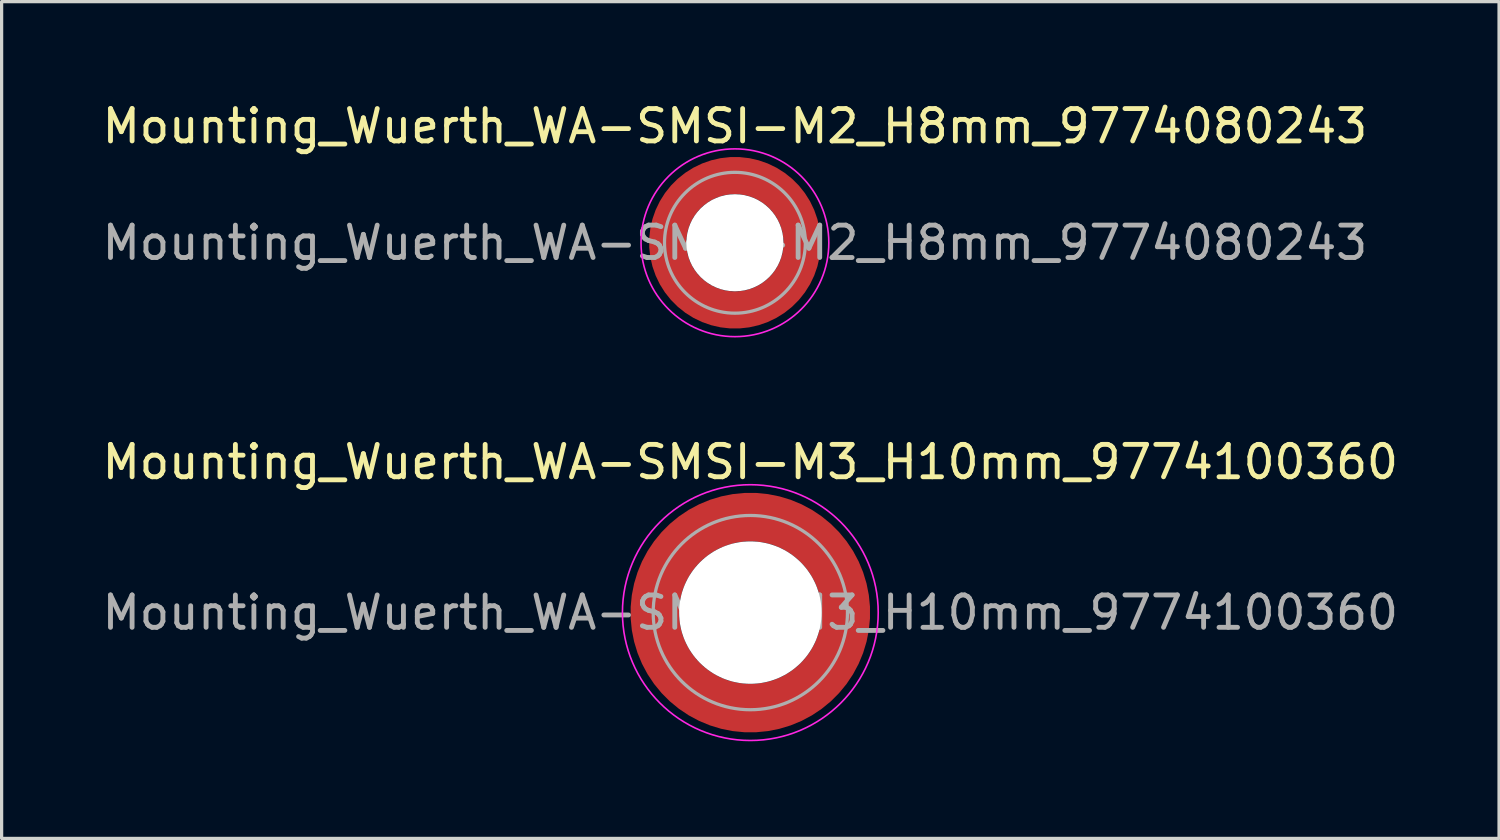
<source format=kicad_pcb>
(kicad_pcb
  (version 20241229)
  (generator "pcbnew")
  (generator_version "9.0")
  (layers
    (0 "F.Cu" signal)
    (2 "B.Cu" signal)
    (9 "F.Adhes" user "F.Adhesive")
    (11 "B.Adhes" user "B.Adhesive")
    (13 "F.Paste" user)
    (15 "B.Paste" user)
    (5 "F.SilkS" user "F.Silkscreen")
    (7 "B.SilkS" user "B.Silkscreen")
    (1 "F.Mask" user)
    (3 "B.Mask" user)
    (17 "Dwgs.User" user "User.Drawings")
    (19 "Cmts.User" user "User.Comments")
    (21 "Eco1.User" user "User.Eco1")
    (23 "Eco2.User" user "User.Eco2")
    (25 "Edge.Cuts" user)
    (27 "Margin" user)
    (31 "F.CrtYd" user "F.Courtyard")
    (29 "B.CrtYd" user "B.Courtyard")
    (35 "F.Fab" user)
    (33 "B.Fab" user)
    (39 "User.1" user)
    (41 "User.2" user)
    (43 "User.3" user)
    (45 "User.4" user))
  (footprint "Mounting_Wuerth_WA-SMSI-M3_H10mm_9774100360"
    (layer "F.Cu")
    (at 20.125 15.871)
    (property "Reference" "Mounting_Wuerth_WA-SMSI-M3_H10mm_9774100360" (at 0 -4.65 0) (layer "F.SilkS") (effects (font (size 1 1) (thickness 0.15))))
    (property "Mouser Part no." "" (at 0 0 0) (layer "F.Fab") (effects (font (size 1.27 1.27) (thickness 0.15))))
    (property "Mouser link" "" (at 0 0 0) (layer "F.Fab") (effects (font (size 1.27 1.27) (thickness 0.15))))
    (attr smd)
    (fp_circle (center 0 0) (end 3.95 0) (stroke (width 0.05) (type solid)) (fill no) (layer "F.CrtYd"))
    (fp_circle (center 0 0) (end 3 0) (stroke (width 0.1) (type solid)) (fill no) (layer "F.Fab"))
    (fp_text user "${REFERENCE}" (at 0 0 0) (layer "F.Fab") (effects (font (size 1 1) (thickness 0.15))))
    (pad "" smd custom (at -2.058 -2.058) (size 0.7 0.7) (layers "F.Paste") (options (anchor circle)) (primitives (gr_arc (start -0.377294 1.707681) (mid 0.317579 0.318817) (end 1.705947 -0.377044) (width 0.2)) (gr_arc (start -0.478281 1.707681) (mid 0.246161 0.248814) (end 1.703965 -0.477765) (width 0.2)) (gr_arc (start -0.579192 1.707681) (mid 0.175492 0.178063) (end 1.704077 -0.578711) (width 0.2)) (gr_arc (start -0.680037 1.707681) (mid 0.105568 0.106564) (end 1.706284 -0.679858) (width 0.2)) (gr_arc (start -0.780822 1.707681) (mid 0.034627 0.036085) (end 1.705634 -0.780569) (width 0.2)) (gr_arc (start -0.881554 1.707681) (mid -0.035694 -0.035016) (end 1.706729 -0.881441) (width 0.2)) (gr_arc (start -0.982237 1.707681) (mid -0.107281 -0.10485) (end 1.704266 -0.981842) (width 0.2)) (gr_arc (start -1.082877 1.707681) (mid -0.178372 -0.175181) (end 1.703197 -1.082374) (width 0.2)) (gr_arc (start -1.183476 1.707681) (mid -0.248964 -0.246008) (end 1.703525 -1.183025) (width 0.2)) (gr_arc (start -1.28404 1.707681) (mid -0.319062 -0.317333) (end 1.70525 -1.283784) (width 0.2)) (gr_line (start 1.708 -0.377) (end 1.708 -1.284) (width 0.2)) (gr_line (start -0.377 1.708) (end -1.284 1.708) (width 0.2))))
    (pad "" smd custom (at -2.058 2.058) (size 0.7 0.7) (layers "F.Paste") (options (anchor circle)) (primitives (gr_arc (start 1.707681 0.377294) (mid 0.318817 -0.317579) (end -0.377044 -1.705947) (width 0.2)) (gr_arc (start 1.707681 0.478281) (mid 0.248814 -0.246161) (end -0.477765 -1.703965) (width 0.2)) (gr_arc (start 1.707681 0.579192) (mid 0.178063 -0.175492) (end -0.578711 -1.704077) (width 0.2)) (gr_arc (start 1.707681 0.680037) (mid 0.106564 -0.105568) (end -0.679858 -1.706284) (width 0.2)) (gr_arc (start 1.707681 0.780822) (mid 0.036085 -0.034627) (end -0.780569 -1.705634) (width 0.2)) (gr_arc (start 1.707681 0.881554) (mid -0.035016 0.035694) (end -0.881441 -1.706729) (width 0.2)) (gr_arc (start 1.707681 0.982237) (mid -0.10485 0.107281) (end -0.981842 -1.704266) (width 0.2)) (gr_arc (start 1.707681 1.082877) (mid -0.175181 0.178372) (end -1.082374 -1.703197) (width 0.2)) (gr_arc (start 1.707681 1.183476) (mid -0.246008 0.248964) (end -1.183025 -1.703525) (width 0.2)) (gr_arc (start 1.707681 1.28404) (mid -0.317333 0.319062) (end -1.283784 -1.70525) (width 0.2)) (gr_line (start -0.377 -1.708) (end -1.284 -1.708) (width 0.2)) (gr_line (start 1.708 0.377) (end 1.708 1.284) (width 0.2))))
    (pad "" np_thru_hole circle (at 0 0) (size 4.4 4.4) (drill 4.4) (layers "*.Cu" "*.Mask"))
    (pad "" smd custom (at 2.058 -2.058) (size 0.7 0.7) (layers "F.Paste") (options (anchor circle)) (primitives (gr_arc (start -1.707681 -0.377294) (mid -0.318817 0.317579) (end 0.377044 1.705947) (width 0.2)) (gr_arc (start -1.707681 -0.478281) (mid -0.248814 0.246161) (end 0.477765 1.703965) (width 0.2)) (gr_arc (start -1.707681 -0.579192) (mid -0.178063 0.175492) (end 0.578711 1.704077) (width 0.2)) (gr_arc (start -1.707681 -0.680037) (mid -0.106564 0.105568) (end 0.679858 1.706284) (width 0.2)) (gr_arc (start -1.707681 -0.780822) (mid -0.036085 0.034627) (end 0.780569 1.705634) (width 0.2)) (gr_arc (start -1.707681 -0.881554) (mid 0.035016 -0.035694) (end 0.881441 1.706729) (width 0.2)) (gr_arc (start -1.707681 -0.982237) (mid 0.10485 -0.107281) (end 0.981842 1.704266) (width 0.2)) (gr_arc (start -1.707681 -1.082877) (mid 0.175181 -0.178372) (end 1.082374 1.703197) (width 0.2)) (gr_arc (start -1.707681 -1.183476) (mid 0.246008 -0.248964) (end 1.183025 1.703525) (width 0.2)) (gr_arc (start -1.707681 -1.28404) (mid 0.317333 -0.319062) (end 1.283784 1.70525) (width 0.2)) (gr_line (start 0.377 1.708) (end 1.284 1.708) (width 0.2)) (gr_line (start -1.708 -0.377) (end -1.708 -1.284) (width 0.2))))
    (pad "" smd custom (at 2.058 2.058) (size 0.7 0.7) (layers "F.Paste") (options (anchor circle)) (primitives (gr_arc (start 0.377294 -1.707681) (mid -0.317579 -0.318817) (end -1.705947 0.377044) (width 0.2)) (gr_arc (start 0.478281 -1.707681) (mid -0.246161 -0.248814) (end -1.703965 0.477765) (width 0.2)) (gr_arc (start 0.579192 -1.707681) (mid -0.175492 -0.178063) (end -1.704077 0.578711) (width 0.2)) (gr_arc (start 0.680037 -1.707681) (mid -0.105568 -0.106564) (end -1.706284 0.679858) (width 0.2)) (gr_arc (start 0.780822 -1.707681) (mid -0.034627 -0.036085) (end -1.705634 0.780569) (width 0.2)) (gr_arc (start 0.881554 -1.707681) (mid 0.035694 0.035016) (end -1.706729 0.881441) (width 0.2)) (gr_arc (start 0.982237 -1.707681) (mid 0.107281 0.10485) (end -1.704266 0.981842) (width 0.2)) (gr_arc (start 1.082877 -1.707681) (mid 0.178372 0.175181) (end -1.703197 1.082374) (width 0.2)) (gr_arc (start 1.183476 -1.707681) (mid 0.248964 0.246008) (end -1.703525 1.183025) (width 0.2)) (gr_arc (start 1.28404 -1.707681) (mid 0.319062 0.317333) (end -1.70525 1.283784) (width 0.2)) (gr_line (start -1.708 0.377) (end -1.708 1.284) (width 0.2)) (gr_line (start 0.377 -1.708) (end 1.284 -1.708) (width 0.2))))
    (pad "1" smd circle (at -2.95 0) (size 1.1 1.1) (layers "F.Cu"))
    (pad "1" smd circle (at 0 -2.95) (size 1.1 1.1) (layers "F.Cu"))
    (pad "1" smd circle (at 0 2.95) (size 1.1 1.1) (layers "F.Cu"))
    (pad "1" smd custom (at 2.95 0) (size 1.1 1.1) (layers "F.Cu" "F.Mask") (options (anchor circle)) (primitives (gr_circle (center -2.95 0) (end 0 0) (width 1.5) (fill no)))))
  (footprint "Mounting_Wuerth_WA-SMSI-M2_H8mm_9774080243"
    (layer "F.Cu")
    (at 19.649 4.448)
    (property "Reference" "Mounting_Wuerth_WA-SMSI-M2_H8mm_9774080243" (at 0 -3.6 0) (layer "F.SilkS") (effects (font (size 1 1) (thickness 0.15))))
    (property "Mouser Part no." "" (at 0 0 0) (layer "F.Fab") (effects (font (size 1.27 1.27) (thickness 0.15))))
    (property "Mouser link" "" (at 0 0 0) (layer "F.Fab") (effects (font (size 1.27 1.27) (thickness 0.15))))
    (attr smd)
    (fp_circle (center 0 0) (end 2.9 0) (stroke (width 0.05) (type solid)) (fill no) (layer "F.CrtYd"))
    (fp_circle (center 0 0) (end 2.175 0) (stroke (width 0.1) (type solid)) (fill no) (layer "F.Fab"))
    (fp_text user "${REFERENCE}" (at 0 0 0) (layer "F.Fab") (effects (font (size 1 1) (thickness 0.15))))
    (pad "" smd custom (at -1.453 -1.453) (size 0.61 0.61) (layers "F.Paste") (options (anchor circle)) (primitives (gr_arc (start -0.147677 1.053104) (mid 0.285964 0.286792) (end 1.051968 -0.147393) (width 0.2)) (gr_arc (start -0.240295 1.053104) (mid 0.22253 0.222946) (end 1.052531 -0.24016) (width 0.2)) (gr_arc (start -0.332645 1.053104) (mid 0.158548 0.15965) (end 1.051583 -0.332304) (width 0.2)) (gr_arc (start -0.424767 1.053104) (mid 0.09486 0.096059) (end 1.051446 -0.424413) (width 0.2)) (gr_arc (start -0.516693 1.053104) (mid 0.031293 0.032346) (end 1.051645 -0.516396) (width 0.2)) (gr_arc (start -0.608448 1.053104) (mid -0.032323 -0.031316) (end 1.051707 -0.608176) (width 0.2)) (gr_arc (start -0.700056 1.053104) (mid -0.09616 -0.094758) (end 1.051155 -0.699693) (width 0.2)) (gr_arc (start -0.791534 1.053104) (mid -0.160388 -0.15781) (end 1.049515 -0.790891) (width 0.2)) (gr_arc (start -0.882896 1.053104) (mid -0.223713 -0.221764) (end 1.050388 -0.882429) (width 0.2)) (gr_arc (start -0.974157 1.053104) (mid -0.287654 -0.285101) (end 1.049541 -0.973567) (width 0.2)) (gr_line (start 1.053 -0.148) (end 1.053 -0.974) (width 0.2)) (gr_line (start -0.148 1.053) (end -0.974 1.053) (width 0.2))))
    (pad "" smd custom (at -1.453 1.453) (size 0.61 0.61) (layers "F.Paste") (options (anchor circle)) (primitives (gr_arc (start 1.053104 0.147677) (mid 0.286792 -0.285964) (end -0.147393 -1.051968) (width 0.2)) (gr_arc (start 1.053104 0.240295) (mid 0.222946 -0.22253) (end -0.24016 -1.052531) (width 0.2)) (gr_arc (start 1.053104 0.332645) (mid 0.15965 -0.158548) (end -0.332304 -1.051583) (width 0.2)) (gr_arc (start 1.053104 0.424767) (mid 0.096059 -0.09486) (end -0.424413 -1.051446) (width 0.2)) (gr_arc (start 1.053104 0.516693) (mid 0.032346 -0.031293) (end -0.516396 -1.051645) (width 0.2)) (gr_arc (start 1.053104 0.608448) (mid -0.031316 0.032323) (end -0.608176 -1.051707) (width 0.2)) (gr_arc (start 1.053104 0.700056) (mid -0.094758 0.09616) (end -0.699693 -1.051155) (width 0.2)) (gr_arc (start 1.053104 0.791534) (mid -0.15781 0.160388) (end -0.790891 -1.049515) (width 0.2)) (gr_arc (start 1.053104 0.882896) (mid -0.221764 0.223713) (end -0.882429 -1.050388) (width 0.2)) (gr_arc (start 1.053104 0.974157) (mid -0.285101 0.287654) (end -0.973567 -1.049541) (width 0.2)) (gr_line (start -0.148 -1.053) (end -0.974 -1.053) (width 0.2)) (gr_line (start 1.053 0.148) (end 1.053 0.974) (width 0.2))))
    (pad "" np_thru_hole circle (at 0 0) (size 3 3) (drill 3) (layers "*.Cu" "*.Mask"))
    (pad "" smd custom (at 1.453 -1.453) (size 0.61 0.61) (layers "F.Paste") (options (anchor circle)) (primitives (gr_arc (start -1.053104 -0.147677) (mid -0.286792 0.285964) (end 0.147393 1.051968) (width 0.2)) (gr_arc (start -1.053104 -0.240295) (mid -0.222946 0.22253) (end 0.24016 1.052531) (width 0.2)) (gr_arc (start -1.053104 -0.332645) (mid -0.15965 0.158548) (end 0.332304 1.051583) (width 0.2)) (gr_arc (start -1.053104 -0.424767) (mid -0.096059 0.09486) (end 0.424413 1.051446) (width 0.2)) (gr_arc (start -1.053104 -0.516693) (mid -0.032346 0.031293) (end 0.516396 1.051645) (width 0.2)) (gr_arc (start -1.053104 -0.608448) (mid 0.031316 -0.032323) (end 0.608176 1.051707) (width 0.2)) (gr_arc (start -1.053104 -0.700056) (mid 0.094758 -0.09616) (end 0.699693 1.051155) (width 0.2)) (gr_arc (start -1.053104 -0.791534) (mid 0.15781 -0.160388) (end 0.790891 1.049515) (width 0.2)) (gr_arc (start -1.053104 -0.882896) (mid 0.221764 -0.223713) (end 0.882429 1.050388) (width 0.2)) (gr_arc (start -1.053104 -0.974157) (mid 0.285101 -0.287654) (end 0.973567 1.049541) (width 0.2)) (gr_line (start 0.148 1.053) (end 0.974 1.053) (width 0.2)) (gr_line (start -1.053 -0.148) (end -1.053 -0.974) (width 0.2))))
    (pad "" smd custom (at 1.453 1.453) (size 0.61 0.61) (layers "F.Paste") (options (anchor circle)) (primitives (gr_arc (start 0.147677 -1.053104) (mid -0.285964 -0.286792) (end -1.051968 0.147393) (width 0.2)) (gr_arc (start 0.240295 -1.053104) (mid -0.22253 -0.222946) (end -1.052531 0.24016) (width 0.2)) (gr_arc (start 0.332645 -1.053104) (mid -0.158548 -0.15965) (end -1.051583 0.332304) (width 0.2)) (gr_arc (start 0.424767 -1.053104) (mid -0.09486 -0.096059) (end -1.051446 0.424413) (width 0.2)) (gr_arc (start 0.516693 -1.053104) (mid -0.031293 -0.032346) (end -1.051645 0.516396) (width 0.2)) (gr_arc (start 0.608448 -1.053104) (mid 0.032323 0.031316) (end -1.051707 0.608176) (width 0.2)) (gr_arc (start 0.700056 -1.053104) (mid 0.09616 0.094758) (end -1.051155 0.699693) (width 0.2)) (gr_arc (start 0.791534 -1.053104) (mid 0.160388 0.15781) (end -1.049515 0.790891) (width 0.2)) (gr_arc (start 0.882896 -1.053104) (mid 0.223713 0.221764) (end -1.050388 0.882429) (width 0.2)) (gr_arc (start 0.974157 -1.053104) (mid 0.287654 0.285101) (end -1.049541 0.973567) (width 0.2)) (gr_line (start -1.053 0.148) (end -1.053 0.974) (width 0.2)) (gr_line (start 0.148 -1.053) (end 0.974 -1.053) (width 0.2))))
    (pad "1" smd circle (at -2.075 0) (size 0.75 0.75) (layers "F.Cu"))
    (pad "1" smd circle (at 0 -2.075) (size 0.75 0.75) (layers "F.Cu"))
    (pad "1" smd circle (at 0 2.075) (size 0.75 0.75) (layers "F.Cu"))
    (pad "1" smd custom (at 2.075 0) (size 0.75 0.75) (layers "F.Cu" "F.Mask") (options (anchor circle)) (primitives (gr_circle (center -2.075 0) (end 0 0) (width 1.15) (fill no)))))
  (gr_rect
    (start -3 -3)
    (end 43.25 22.846)
    (stroke (width 0.1) (type default))
    (fill no)
    (layer "Edge.Cuts")))
</source>
